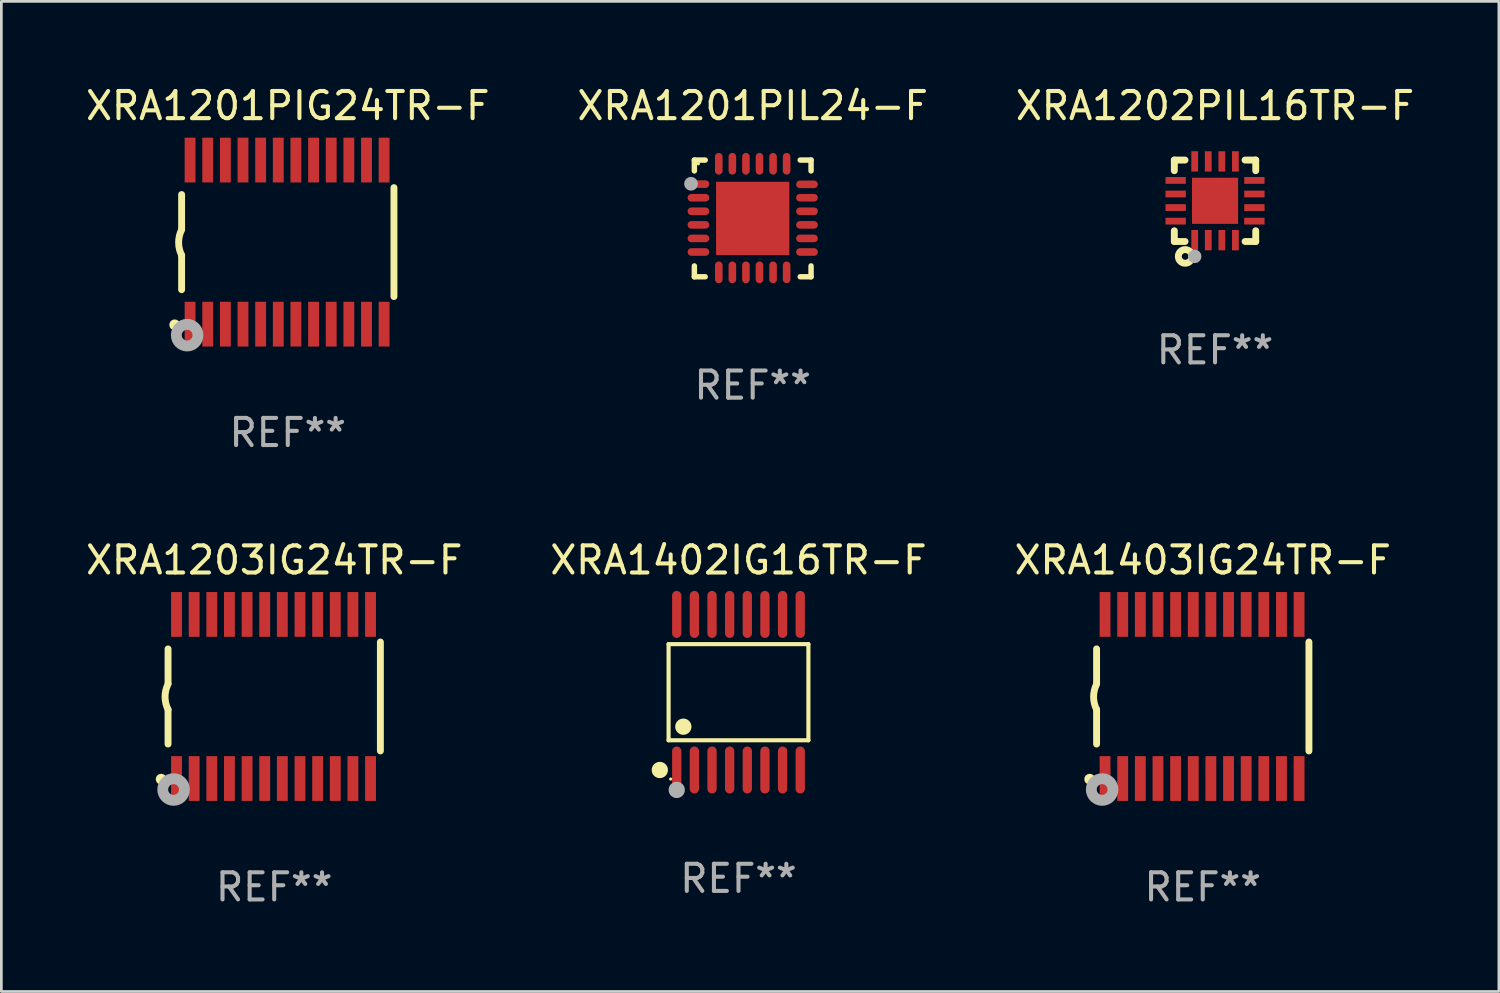
<source format=kicad_pcb>
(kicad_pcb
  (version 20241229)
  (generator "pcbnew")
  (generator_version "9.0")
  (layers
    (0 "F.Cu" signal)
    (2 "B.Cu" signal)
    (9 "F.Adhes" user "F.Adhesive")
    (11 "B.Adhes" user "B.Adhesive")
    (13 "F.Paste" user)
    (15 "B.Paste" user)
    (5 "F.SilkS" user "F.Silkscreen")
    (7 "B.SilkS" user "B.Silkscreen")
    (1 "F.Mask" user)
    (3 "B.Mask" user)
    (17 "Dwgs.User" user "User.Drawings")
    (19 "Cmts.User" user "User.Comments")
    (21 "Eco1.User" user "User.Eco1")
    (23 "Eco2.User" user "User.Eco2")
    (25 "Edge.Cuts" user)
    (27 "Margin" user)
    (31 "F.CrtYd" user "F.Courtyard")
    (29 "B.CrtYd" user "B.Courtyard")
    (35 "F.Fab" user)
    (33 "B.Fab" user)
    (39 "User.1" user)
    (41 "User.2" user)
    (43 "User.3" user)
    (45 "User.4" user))
  (footprint "XRA1202PIL16TR-F"
    (layer "F.Cu")
    (at 41.72 4.348)
    (property "Reference" "XRA1202PIL16TR-F" (at 0 -3.5 0) (layer "F.SilkS") (effects (font (size 1 1) (thickness 0.15))))
    (attr through_hole)
    (fp_line (start -1.5 -1.5) (end -1.5 -1.108) (stroke (width 0.254) (type solid)) (layer "F.SilkS"))
    (fp_line (start -1.5 -1.5) (end -1.105 -1.5) (stroke (width 0.254) (type solid)) (layer "F.SilkS"))
    (fp_line (start -1.5 1.104) (end -1.5 1.5) (stroke (width 0.254) (type solid)) (layer "F.SilkS"))
    (fp_line (start -1.5 1.5) (end -1.105 1.5) (stroke (width 0.254) (type solid)) (layer "F.SilkS"))
    (fp_line (start 1.106 -1.5) (end 1.5 -1.5) (stroke (width 0.254) (type solid)) (layer "F.SilkS"))
    (fp_line (start 1.108 1.5) (end 1.5 1.5) (stroke (width 0.254) (type solid)) (layer "F.SilkS"))
    (fp_line (start 1.5 -1.108) (end 1.5 -1.5) (stroke (width 0.254) (type solid)) (layer "F.SilkS"))
    (fp_line (start 1.5 1.5) (end 1.5 1.104) (stroke (width 0.254) (type solid)) (layer "F.SilkS"))
    (fp_circle (center -1.5 1.5) (end -1.47 1.5) (stroke (width 0.06) (type solid)) (fill no) (layer "F.SilkS"))
    (fp_circle (center -1.1 2.05) (end -0.975 2.05) (stroke (width 0.254) (type solid)) (fill no) (layer "F.SilkS"))
    (fp_circle (center -0.75 2.05) (end -0.625 2.05) (stroke (width 0.25) (type solid)) (fill no) (layer "F.Fab"))
    (fp_text user "REF**" (at 0 5.5 0) (layer "F.Fab") (effects (font (size 1 1) (thickness 0.15))))
    (pad "1" smd rect (at -0.749 1.45) (size 0.25 0.75) (layers "F.Cu" "F.Mask" "F.Paste"))
    (pad "2" smd rect (at -0.249 1.45) (size 0.25 0.75) (layers "F.Cu" "F.Mask" "F.Paste"))
    (pad "3" smd rect (at 0.251 1.45) (size 0.25 0.75) (layers "F.Cu" "F.Mask" "F.Paste"))
    (pad "4" smd rect (at 0.751 1.45) (size 0.25 0.75) (layers "F.Cu" "F.Mask" "F.Paste"))
    (pad "5" smd rect (at 1.45 0.75) (size 0.75 0.25) (layers "F.Cu" "F.Mask" "F.Paste"))
    (pad "6" smd rect (at 1.45 0.25) (size 0.75 0.25) (layers "F.Cu" "F.Mask" "F.Paste"))
    (pad "7" smd rect (at 1.45 -0.25) (size 0.75 0.25) (layers "F.Cu" "F.Mask" "F.Paste"))
    (pad "8" smd rect (at 1.45 -0.75) (size 0.75 0.25) (layers "F.Cu" "F.Mask" "F.Paste"))
    (pad "9" smd rect (at 0.75 -1.45) (size 0.25 0.75) (layers "F.Cu" "F.Mask" "F.Paste"))
    (pad "10" smd rect (at 0.25 -1.45) (size 0.25 0.75) (layers "F.Cu" "F.Mask" "F.Paste"))
    (pad "11" smd rect (at -0.25 -1.45) (size 0.25 0.75) (layers "F.Cu" "F.Mask" "F.Paste"))
    (pad "12" smd rect (at -0.749 -1.45) (size 0.25 0.75) (layers "F.Cu" "F.Mask" "F.Paste"))
    (pad "13" smd rect (at -1.45 -0.75) (size 0.75 0.25) (layers "F.Cu" "F.Mask" "F.Paste"))
    (pad "14" smd rect (at -1.45 -0.25) (size 0.75 0.25) (layers "F.Cu" "F.Mask" "F.Paste"))
    (pad "15" smd rect (at -1.45 0.25) (size 0.75 0.25) (layers "F.Cu" "F.Mask" "F.Paste"))
    (pad "16" smd rect (at -1.45 0.75) (size 0.75 0.25) (layers "F.Cu" "F.Mask" "F.Paste"))
    (pad "17" smd rect (at 0.000267 0.000267) (size 1.7 1.7) (layers "F.Cu" "F.Mask" "F.Paste")))
  (footprint "XRA1403IG24TR-F"
    (layer "F.Cu")
    (at 41.268 22.613)
    (property "Reference" "XRA1403IG24TR-F" (at 0 -5.023 0) (layer "F.SilkS") (effects (font (size 1 1) (thickness 0.15))))
    (attr through_hole)
    (fp_line (start -3.912 -0.483) (end -3.912 -1.753) (stroke (width 0.254) (type solid)) (layer "F.SilkS"))
    (fp_line (start -3.912 1.753) (end -3.912 0.483) (stroke (width 0.254) (type solid)) (layer "F.SilkS"))
    (fp_line (start 3.912 -2.007) (end 3.912 2.007) (stroke (width 0.254) (type solid)) (layer "F.SilkS"))
    (fp_arc (start -3.911608 0.482601) (mid -4.022537 0.0127) (end -3.911608 -0.457201) (stroke (width 0.254001) (type solid)) (layer "F.SilkS"))
    (fp_circle (center -4.166 3.048) (end -4.066 3.048) (stroke (width 0.2) (type solid)) (fill no) (layer "F.SilkS"))
    (fp_circle (center -3.925 3.186) (end -3.895 3.186) (stroke (width 0.06) (type solid)) (fill no) (layer "F.SilkS"))
    (fp_circle (center -3.708 3.429) (end -3.509 3.429) (stroke (width 0.4) (type solid)) (fill no) (layer "F.Fab"))
    (fp_text user "REF**" (at 0 7.023 0) (layer "F.Fab") (effects (font (size 1 1) (thickness 0.15))))
    (pad "1" smd rect (at -3.6 3.023) (size 0.4 1.65) (layers "F.Cu" "F.Mask" "F.Paste"))
    (pad "2" smd rect (at -2.95 3.023) (size 0.4 1.65) (layers "F.Cu" "F.Mask" "F.Paste"))
    (pad "3" smd rect (at -2.3 3.023) (size 0.4 1.65) (layers "F.Cu" "F.Mask" "F.Paste"))
    (pad "4" smd rect (at -1.65 3.023) (size 0.4 1.65) (layers "F.Cu" "F.Mask" "F.Paste"))
    (pad "5" smd rect (at -1 3.023) (size 0.4 1.65) (layers "F.Cu" "F.Mask" "F.Paste"))
    (pad "6" smd rect (at -0.35 3.023) (size 0.4 1.65) (layers "F.Cu" "F.Mask" "F.Paste"))
    (pad "7" smd rect (at 0.299 3.023) (size 0.4 1.65) (layers "F.Cu" "F.Mask" "F.Paste"))
    (pad "8" smd rect (at 0.95 3.023) (size 0.4 1.65) (layers "F.Cu" "F.Mask" "F.Paste"))
    (pad "9" smd rect (at 1.6 3.023) (size 0.4 1.65) (layers "F.Cu" "F.Mask" "F.Paste"))
    (pad "10" smd rect (at 2.25 3.023) (size 0.4 1.65) (layers "F.Cu" "F.Mask" "F.Paste"))
    (pad "11" smd rect (at 2.9 3.023) (size 0.4 1.65) (layers "F.Cu" "F.Mask" "F.Paste"))
    (pad "12" smd rect (at 3.549 3.023) (size 0.4 1.65) (layers "F.Cu" "F.Mask" "F.Paste"))
    (pad "13" smd rect (at 3.549 -3.023) (size 0.4 1.65) (layers "F.Cu" "F.Mask" "F.Paste"))
    (pad "14" smd rect (at 2.9 -3.023) (size 0.4 1.65) (layers "F.Cu" "F.Mask" "F.Paste"))
    (pad "15" smd rect (at 2.25 -3.023) (size 0.4 1.65) (layers "F.Cu" "F.Mask" "F.Paste"))
    (pad "16" smd rect (at 1.6 -3.023) (size 0.4 1.65) (layers "F.Cu" "F.Mask" "F.Paste"))
    (pad "17" smd rect (at 0.95 -3.023) (size 0.4 1.65) (layers "F.Cu" "F.Mask" "F.Paste"))
    (pad "18" smd rect (at 0.299 -3.023) (size 0.4 1.65) (layers "F.Cu" "F.Mask" "F.Paste"))
    (pad "19" smd rect (at -0.35 -3.023) (size 0.4 1.65) (layers "F.Cu" "F.Mask" "F.Paste"))
    (pad "20" smd rect (at -1 -3.023) (size 0.4 1.65) (layers "F.Cu" "F.Mask" "F.Paste"))
    (pad "21" smd rect (at -1.65 -3.023) (size 0.4 1.65) (layers "F.Cu" "F.Mask" "F.Paste"))
    (pad "22" smd rect (at -2.3 -3.023) (size 0.4 1.65) (layers "F.Cu" "F.Mask" "F.Paste"))
    (pad "23" smd rect (at -2.95 -3.023) (size 0.4 1.65) (layers "F.Cu" "F.Mask" "F.Paste"))
    (pad "24" smd rect (at -3.6 -3.023) (size 0.4 1.65) (layers "F.Cu" "F.Mask" "F.Paste")))
  (footprint "XRA1402IG16TR-F"
    (layer "F.Cu")
    (at 24.161 22.456)
    (property "Reference" "XRA1402IG16TR-F" (at 0 -4.866 0) (layer "F.SilkS") (effects (font (size 1 1) (thickness 0.15))))
    (attr through_hole)
    (fp_line (start -2.576 -1.772) (end 2.576 -1.772) (stroke (width 0.152) (type solid)) (layer "F.SilkS"))
    (fp_line (start -2.576 1.771) (end -2.576 -1.772) (stroke (width 0.152) (type solid)) (layer "F.SilkS"))
    (fp_line (start 2.576 -1.772) (end 2.576 1.771) (stroke (width 0.152) (type solid)) (layer "F.SilkS"))
    (fp_line (start 2.576 1.771) (end -2.576 1.771) (stroke (width 0.152) (type solid)) (layer "F.SilkS"))
    (fp_circle (center -2.899 2.866) (end -2.749 2.866) (stroke (width 0.3) (type solid)) (fill no) (layer "F.SilkS"))
    (fp_circle (center -2.5 3.2) (end -2.47 3.2) (stroke (width 0.06) (type solid)) (fill no) (layer "F.SilkS"))
    (fp_circle (center -2.032 1.27) (end -1.882 1.27) (stroke (width 0.3) (type solid)) (fill no) (layer "F.SilkS"))
    (fp_circle (center -2.275 3.6) (end -2.125 3.6) (stroke (width 0.3) (type solid)) (fill no) (layer "F.Fab"))
    (fp_text user "REF**" (at 0 6.866 0) (layer "F.Fab") (effects (font (size 1 1) (thickness 0.15))))
    (pad "1" smd oval (at -2.275 2.866) (size 0.343 1.731) (layers "F.Cu" "F.Mask" "F.Paste"))
    (pad "2" smd oval (at -1.625 2.866) (size 0.343 1.731) (layers "F.Cu" "F.Mask" "F.Paste"))
    (pad "3" smd oval (at -0.975 2.866) (size 0.343 1.731) (layers "F.Cu" "F.Mask" "F.Paste"))
    (pad "4" smd oval (at -0.325 2.866) (size 0.343 1.731) (layers "F.Cu" "F.Mask" "F.Paste"))
    (pad "5" smd oval (at 0.325 2.866) (size 0.343 1.731) (layers "F.Cu" "F.Mask" "F.Paste"))
    (pad "6" smd oval (at 0.975 2.866) (size 0.343 1.731) (layers "F.Cu" "F.Mask" "F.Paste"))
    (pad "7" smd oval (at 1.625 2.866) (size 0.343 1.731) (layers "F.Cu" "F.Mask" "F.Paste"))
    (pad "8" smd oval (at 2.275 2.866) (size 0.343 1.731) (layers "F.Cu" "F.Mask" "F.Paste"))
    (pad "9" smd oval (at 2.275 -2.866) (size 0.343 1.731) (layers "F.Cu" "F.Mask" "F.Paste"))
    (pad "10" smd oval (at 1.625 -2.866) (size 0.343 1.731) (layers "F.Cu" "F.Mask" "F.Paste"))
    (pad "11" smd oval (at 0.975 -2.866) (size 0.343 1.731) (layers "F.Cu" "F.Mask" "F.Paste"))
    (pad "12" smd oval (at 0.325 -2.866) (size 0.343 1.731) (layers "F.Cu" "F.Mask" "F.Paste"))
    (pad "13" smd oval (at -0.325 -2.866) (size 0.343 1.731) (layers "F.Cu" "F.Mask" "F.Paste"))
    (pad "14" smd oval (at -0.975 -2.866) (size 0.343 1.731) (layers "F.Cu" "F.Mask" "F.Paste"))
    (pad "15" smd oval (at -1.625 -2.866) (size 0.343 1.731) (layers "F.Cu" "F.Mask" "F.Paste"))
    (pad "16" smd oval (at -2.275 -2.866) (size 0.343 1.731) (layers "F.Cu" "F.Mask" "F.Paste")))
  (footprint "XRA1201PIL24-F"
    (layer "F.Cu")
    (at 24.685 4.998)
    (property "Reference" "XRA1201PIL24-F" (at 0 -4.15 0) (layer "F.SilkS") (effects (font (size 1 1) (thickness 0.15))))
    (attr through_hole)
    (fp_line (start -2.15 -2.15) (end -1.75 -2.15) (stroke (width 0.2) (type solid)) (layer "F.SilkS"))
    (fp_line (start -2.15 -1.75) (end -2.15 -2.15) (stroke (width 0.2) (type solid)) (layer "F.SilkS"))
    (fp_line (start -2.15 2.15) (end -2.15 1.75) (stroke (width 0.2) (type solid)) (layer "F.SilkS"))
    (fp_line (start -1.75 2.15) (end -2.15 2.15) (stroke (width 0.2) (type solid)) (layer "F.SilkS"))
    (fp_line (start 1.75 -2.15) (end 2.15 -2.15) (stroke (width 0.2) (type solid)) (layer "F.SilkS"))
    (fp_line (start 1.75 2.15) (end 2.15 2.15) (stroke (width 0.2) (type solid)) (layer "F.SilkS"))
    (fp_line (start 2.15 -2.15) (end 2.15 -1.75) (stroke (width 0.2) (type solid)) (layer "F.SilkS"))
    (fp_line (start 2.15 2.15) (end 2.15 1.75) (stroke (width 0.2) (type solid)) (layer "F.SilkS"))
    (fp_circle (center -2 -2.013) (end -1.97 -2.013) (stroke (width 0.06) (type solid)) (fill no) (layer "F.SilkS"))
    (fp_circle (center -2.273 -1.276) (end -2.146 -1.276) (stroke (width 0.254) (type solid)) (fill no) (layer "F.Fab"))
    (fp_text user "REF**" (at 0 6.15 0) (layer "F.Fab") (effects (font (size 1 1) (thickness 0.15))))
    (pad "1" smd oval (at -2 -1.263 90) (size 0.28 0.8) (layers "F.Cu" "F.Mask" "F.Paste"))
    (pad "2" smd oval (at -2 -0.763 90) (size 0.28 0.8) (layers "F.Cu" "F.Mask" "F.Paste"))
    (pad "3" smd oval (at -2 -0.263 90) (size 0.28 0.8) (layers "F.Cu" "F.Mask" "F.Paste"))
    (pad "4" smd oval (at -2 0.237 90) (size 0.28 0.8) (layers "F.Cu" "F.Mask" "F.Paste"))
    (pad "5" smd oval (at -2 0.737 90) (size 0.28 0.8) (layers "F.Cu" "F.Mask" "F.Paste"))
    (pad "6" smd oval (at -2 1.237 90) (size 0.28 0.8) (layers "F.Cu" "F.Mask" "F.Paste"))
    (pad "7" smd oval (at -1.25 1.987) (size 0.28 0.8) (layers "F.Cu" "F.Mask" "F.Paste"))
    (pad "8" smd oval (at -0.75 1.987) (size 0.28 0.8) (layers "F.Cu" "F.Mask" "F.Paste"))
    (pad "9" smd oval (at -0.25 1.987) (size 0.28 0.8) (layers "F.Cu" "F.Mask" "F.Paste"))
    (pad "10" smd oval (at 0.25 1.987) (size 0.28 0.8) (layers "F.Cu" "F.Mask" "F.Paste"))
    (pad "11" smd oval (at 0.75 1.987) (size 0.28 0.8) (layers "F.Cu" "F.Mask" "F.Paste"))
    (pad "12" smd oval (at 1.25 1.987) (size 0.28 0.8) (layers "F.Cu" "F.Mask" "F.Paste"))
    (pad "13" smd oval (at 2 1.237 90) (size 0.28 0.8) (layers "F.Cu" "F.Mask" "F.Paste"))
    (pad "14" smd oval (at 2 0.737 90) (size 0.28 0.8) (layers "F.Cu" "F.Mask" "F.Paste"))
    (pad "15" smd oval (at 2 0.237 90) (size 0.28 0.8) (layers "F.Cu" "F.Mask" "F.Paste"))
    (pad "16" smd oval (at 2 -0.263 90) (size 0.28 0.8) (layers "F.Cu" "F.Mask" "F.Paste"))
    (pad "17" smd oval (at 2 -0.763 90) (size 0.28 0.8) (layers "F.Cu" "F.Mask" "F.Paste"))
    (pad "18" smd oval (at 2 -1.255 90) (size 0.28 0.8) (layers "F.Cu" "F.Mask" "F.Paste"))
    (pad "19" smd oval (at 1.25 -2.013) (size 0.28 0.8) (layers "F.Cu" "F.Mask" "F.Paste"))
    (pad "20" smd oval (at 0.75 -2.013) (size 0.28 0.8) (layers "F.Cu" "F.Mask" "F.Paste"))
    (pad "21" smd oval (at 0.25 -2.013) (size 0.28 0.8) (layers "F.Cu" "F.Mask" "F.Paste"))
    (pad "22" smd oval (at -0.25 -2.013) (size 0.28 0.8) (layers "F.Cu" "F.Mask" "F.Paste"))
    (pad "23" smd oval (at -0.75 -2.013) (size 0.28 0.8) (layers "F.Cu" "F.Mask" "F.Paste"))
    (pad "24" smd oval (at -1.25 -2.013) (size 0.28 0.8) (layers "F.Cu" "F.Mask" "F.Paste"))
    (pad "25" smd rect (at -0.000127 -0.00014) (size 2.7 2.7) (layers "F.Cu" "F.Mask" "F.Paste")))
  (footprint "XRA1203IG24TR-F"
    (layer "F.Cu")
    (at 7.054 22.613)
    (property "Reference" "XRA1203IG24TR-F" (at 0 -5.023 0) (layer "F.SilkS") (effects (font (size 1 1) (thickness 0.15))))
    (attr through_hole)
    (fp_line (start -3.912 -0.483) (end -3.912 -1.753) (stroke (width 0.254) (type solid)) (layer "F.SilkS"))
    (fp_line (start -3.912 1.753) (end -3.912 0.483) (stroke (width 0.254) (type solid)) (layer "F.SilkS"))
    (fp_line (start 3.912 -2.007) (end 3.912 2.007) (stroke (width 0.254) (type solid)) (layer "F.SilkS"))
    (fp_arc (start -3.911608 0.482601) (mid -4.022537 0.0127) (end -3.911608 -0.457201) (stroke (width 0.254001) (type solid)) (layer "F.SilkS"))
    (fp_circle (center -4.166 3.048) (end -4.066 3.048) (stroke (width 0.2) (type solid)) (fill no) (layer "F.SilkS"))
    (fp_circle (center -3.925 3.186) (end -3.895 3.186) (stroke (width 0.06) (type solid)) (fill no) (layer "F.SilkS"))
    (fp_circle (center -3.708 3.429) (end -3.509 3.429) (stroke (width 0.4) (type solid)) (fill no) (layer "F.Fab"))
    (fp_text user "REF**" (at 0 7.023 0) (layer "F.Fab") (effects (font (size 1 1) (thickness 0.15))))
    (pad "1" smd rect (at -3.6 3.023) (size 0.4 1.65) (layers "F.Cu" "F.Mask" "F.Paste"))
    (pad "2" smd rect (at -2.95 3.023) (size 0.4 1.65) (layers "F.Cu" "F.Mask" "F.Paste"))
    (pad "3" smd rect (at -2.3 3.023) (size 0.4 1.65) (layers "F.Cu" "F.Mask" "F.Paste"))
    (pad "4" smd rect (at -1.65 3.023) (size 0.4 1.65) (layers "F.Cu" "F.Mask" "F.Paste"))
    (pad "5" smd rect (at -1 3.023) (size 0.4 1.65) (layers "F.Cu" "F.Mask" "F.Paste"))
    (pad "6" smd rect (at -0.35 3.023) (size 0.4 1.65) (layers "F.Cu" "F.Mask" "F.Paste"))
    (pad "7" smd rect (at 0.299 3.023) (size 0.4 1.65) (layers "F.Cu" "F.Mask" "F.Paste"))
    (pad "8" smd rect (at 0.95 3.023) (size 0.4 1.65) (layers "F.Cu" "F.Mask" "F.Paste"))
    (pad "9" smd rect (at 1.6 3.023) (size 0.4 1.65) (layers "F.Cu" "F.Mask" "F.Paste"))
    (pad "10" smd rect (at 2.25 3.023) (size 0.4 1.65) (layers "F.Cu" "F.Mask" "F.Paste"))
    (pad "11" smd rect (at 2.9 3.023) (size 0.4 1.65) (layers "F.Cu" "F.Mask" "F.Paste"))
    (pad "12" smd rect (at 3.549 3.023) (size 0.4 1.65) (layers "F.Cu" "F.Mask" "F.Paste"))
    (pad "13" smd rect (at 3.549 -3.023) (size 0.4 1.65) (layers "F.Cu" "F.Mask" "F.Paste"))
    (pad "14" smd rect (at 2.9 -3.023) (size 0.4 1.65) (layers "F.Cu" "F.Mask" "F.Paste"))
    (pad "15" smd rect (at 2.25 -3.023) (size 0.4 1.65) (layers "F.Cu" "F.Mask" "F.Paste"))
    (pad "16" smd rect (at 1.6 -3.023) (size 0.4 1.65) (layers "F.Cu" "F.Mask" "F.Paste"))
    (pad "17" smd rect (at 0.95 -3.023) (size 0.4 1.65) (layers "F.Cu" "F.Mask" "F.Paste"))
    (pad "18" smd rect (at 0.299 -3.023) (size 0.4 1.65) (layers "F.Cu" "F.Mask" "F.Paste"))
    (pad "19" smd rect (at -0.35 -3.023) (size 0.4 1.65) (layers "F.Cu" "F.Mask" "F.Paste"))
    (pad "20" smd rect (at -1 -3.023) (size 0.4 1.65) (layers "F.Cu" "F.Mask" "F.Paste"))
    (pad "21" smd rect (at -1.65 -3.023) (size 0.4 1.65) (layers "F.Cu" "F.Mask" "F.Paste"))
    (pad "22" smd rect (at -2.3 -3.023) (size 0.4 1.65) (layers "F.Cu" "F.Mask" "F.Paste"))
    (pad "23" smd rect (at -2.95 -3.023) (size 0.4 1.65) (layers "F.Cu" "F.Mask" "F.Paste"))
    (pad "24" smd rect (at -3.6 -3.023) (size 0.4 1.65) (layers "F.Cu" "F.Mask" "F.Paste")))
  (footprint "XRA1201PIG24TR-F"
    (layer "F.Cu")
    (at 7.554 5.871)
    (property "Reference" "XRA1201PIG24TR-F" (at 0 -5.023 0) (layer "F.SilkS") (effects (font (size 1 1) (thickness 0.15))))
    (attr through_hole)
    (fp_line (start -3.912 -0.483) (end -3.912 -1.753) (stroke (width 0.254) (type solid)) (layer "F.SilkS"))
    (fp_line (start -3.912 1.753) (end -3.912 0.483) (stroke (width 0.254) (type solid)) (layer "F.SilkS"))
    (fp_line (start 3.912 -2.007) (end 3.912 2.007) (stroke (width 0.254) (type solid)) (layer "F.SilkS"))
    (fp_arc (start -3.911608 0.482601) (mid -4.022537 0.0127) (end -3.911608 -0.457201) (stroke (width 0.254001) (type solid)) (layer "F.SilkS"))
    (fp_circle (center -4.166 3.048) (end -4.066 3.048) (stroke (width 0.2) (type solid)) (fill no) (layer "F.SilkS"))
    (fp_circle (center -3.925 3.186) (end -3.895 3.186) (stroke (width 0.06) (type solid)) (fill no) (layer "F.SilkS"))
    (fp_circle (center -3.708 3.429) (end -3.509 3.429) (stroke (width 0.4) (type solid)) (fill no) (layer "F.Fab"))
    (fp_text user "REF**" (at 0 7.023 0) (layer "F.Fab") (effects (font (size 1 1) (thickness 0.15))))
    (pad "1" smd rect (at -3.6 3.023) (size 0.4 1.65) (layers "F.Cu" "F.Mask" "F.Paste"))
    (pad "2" smd rect (at -2.95 3.023) (size 0.4 1.65) (layers "F.Cu" "F.Mask" "F.Paste"))
    (pad "3" smd rect (at -2.3 3.023) (size 0.4 1.65) (layers "F.Cu" "F.Mask" "F.Paste"))
    (pad "4" smd rect (at -1.65 3.023) (size 0.4 1.65) (layers "F.Cu" "F.Mask" "F.Paste"))
    (pad "5" smd rect (at -1 3.023) (size 0.4 1.65) (layers "F.Cu" "F.Mask" "F.Paste"))
    (pad "6" smd rect (at -0.35 3.023) (size 0.4 1.65) (layers "F.Cu" "F.Mask" "F.Paste"))
    (pad "7" smd rect (at 0.299 3.023) (size 0.4 1.65) (layers "F.Cu" "F.Mask" "F.Paste"))
    (pad "8" smd rect (at 0.95 3.023) (size 0.4 1.65) (layers "F.Cu" "F.Mask" "F.Paste"))
    (pad "9" smd rect (at 1.6 3.023) (size 0.4 1.65) (layers "F.Cu" "F.Mask" "F.Paste"))
    (pad "10" smd rect (at 2.25 3.023) (size 0.4 1.65) (layers "F.Cu" "F.Mask" "F.Paste"))
    (pad "11" smd rect (at 2.9 3.023) (size 0.4 1.65) (layers "F.Cu" "F.Mask" "F.Paste"))
    (pad "12" smd rect (at 3.549 3.023) (size 0.4 1.65) (layers "F.Cu" "F.Mask" "F.Paste"))
    (pad "13" smd rect (at 3.549 -3.023) (size 0.4 1.65) (layers "F.Cu" "F.Mask" "F.Paste"))
    (pad "14" smd rect (at 2.9 -3.023) (size 0.4 1.65) (layers "F.Cu" "F.Mask" "F.Paste"))
    (pad "15" smd rect (at 2.25 -3.023) (size 0.4 1.65) (layers "F.Cu" "F.Mask" "F.Paste"))
    (pad "16" smd rect (at 1.6 -3.023) (size 0.4 1.65) (layers "F.Cu" "F.Mask" "F.Paste"))
    (pad "17" smd rect (at 0.95 -3.023) (size 0.4 1.65) (layers "F.Cu" "F.Mask" "F.Paste"))
    (pad "18" smd rect (at 0.299 -3.023) (size 0.4 1.65) (layers "F.Cu" "F.Mask" "F.Paste"))
    (pad "19" smd rect (at -0.35 -3.023) (size 0.4 1.65) (layers "F.Cu" "F.Mask" "F.Paste"))
    (pad "20" smd rect (at -1 -3.023) (size 0.4 1.65) (layers "F.Cu" "F.Mask" "F.Paste"))
    (pad "21" smd rect (at -1.65 -3.023) (size 0.4 1.65) (layers "F.Cu" "F.Mask" "F.Paste"))
    (pad "22" smd rect (at -2.3 -3.023) (size 0.4 1.65) (layers "F.Cu" "F.Mask" "F.Paste"))
    (pad "23" smd rect (at -2.95 -3.023) (size 0.4 1.65) (layers "F.Cu" "F.Mask" "F.Paste"))
    (pad "24" smd rect (at -3.6 -3.023) (size 0.4 1.65) (layers "F.Cu" "F.Mask" "F.Paste")))
  (gr_rect
    (start -3 -3)
    (end 52.179 33.483)
    (stroke (width 0.1) (type default))
    (fill no)
    (layer "Edge.Cuts")))
</source>
